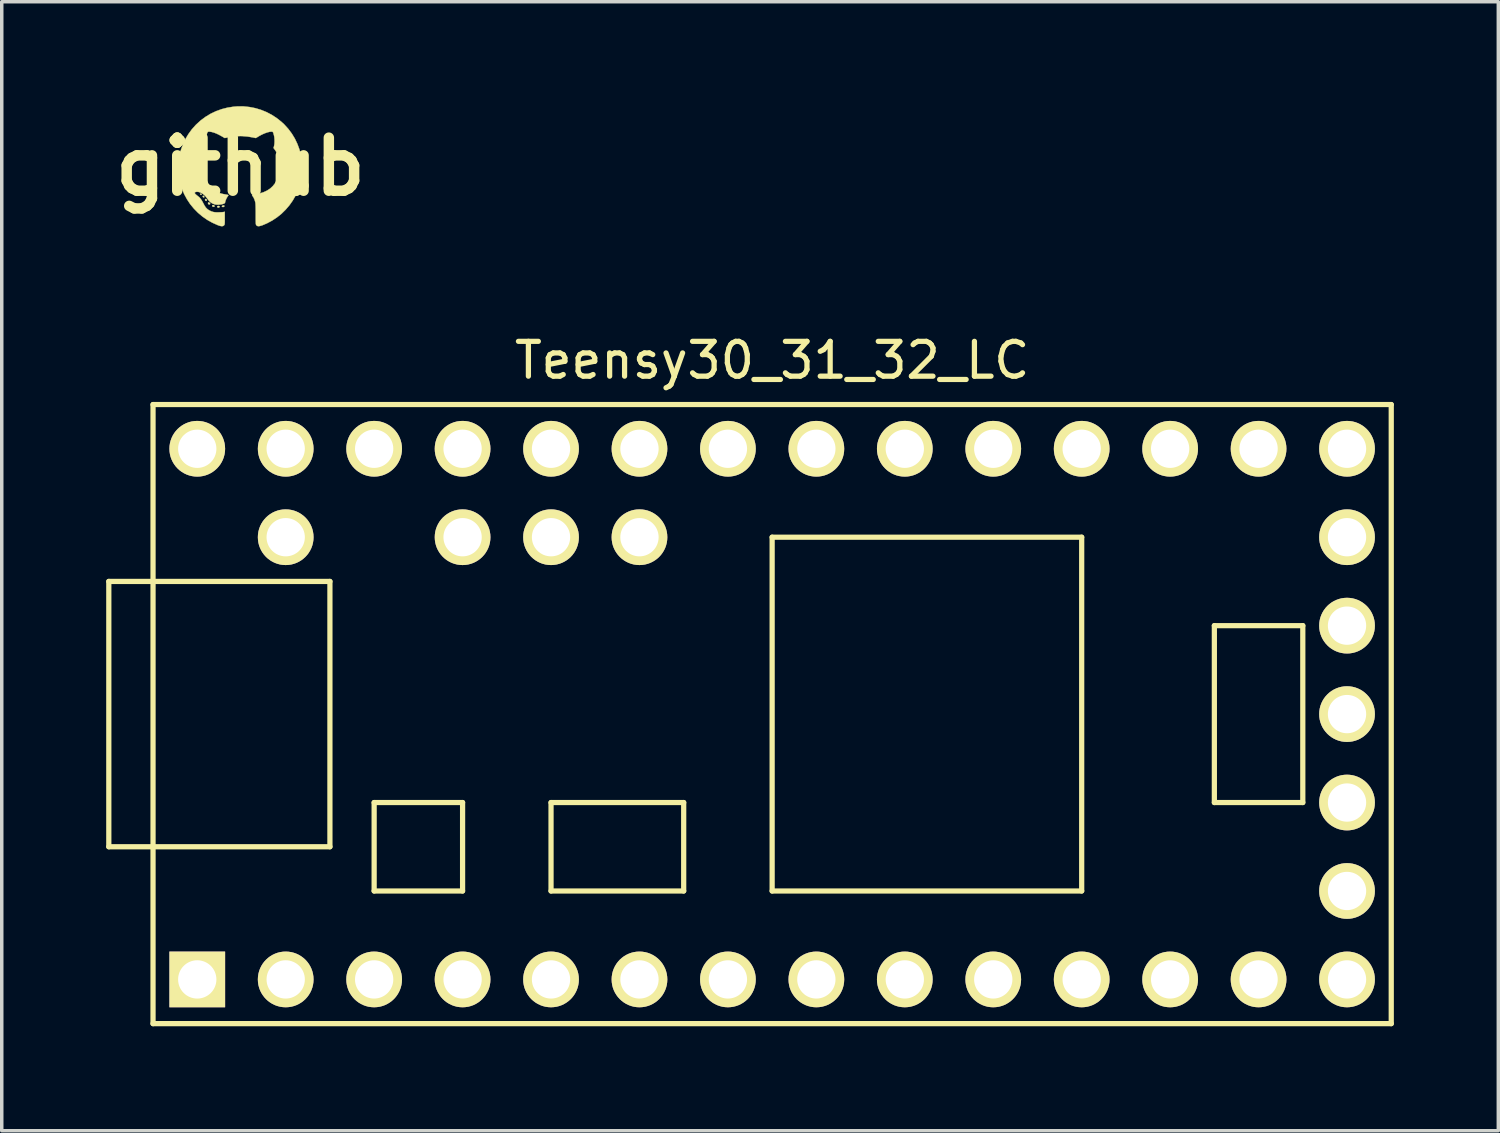
<source format=kicad_pcb>
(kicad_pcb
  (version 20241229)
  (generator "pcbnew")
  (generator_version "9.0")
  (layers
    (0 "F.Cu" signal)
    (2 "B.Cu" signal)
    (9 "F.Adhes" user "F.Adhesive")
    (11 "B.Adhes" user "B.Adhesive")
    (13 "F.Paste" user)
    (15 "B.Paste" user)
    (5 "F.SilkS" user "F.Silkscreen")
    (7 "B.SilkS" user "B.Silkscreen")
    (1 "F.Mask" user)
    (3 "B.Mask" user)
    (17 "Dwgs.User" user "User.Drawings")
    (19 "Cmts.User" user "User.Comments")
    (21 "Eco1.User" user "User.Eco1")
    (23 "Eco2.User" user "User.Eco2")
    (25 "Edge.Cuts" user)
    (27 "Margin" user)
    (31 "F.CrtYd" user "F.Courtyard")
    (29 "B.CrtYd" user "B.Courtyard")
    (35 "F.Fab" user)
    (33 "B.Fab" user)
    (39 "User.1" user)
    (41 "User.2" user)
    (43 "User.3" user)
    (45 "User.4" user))
  (footprint "Teensy30_31_32_LC"
    (layer "F.Cu")
    (at 19.125 17.458)
    (property "Reference" "Teensy30_31_32_LC" (at 0 -10.16 0) (layer "F.SilkS") (effects (font (size 1 1) (thickness 0.15))))
    (attr through_hole)
    (fp_line (start -19.05 -3.81) (end -17.78 -3.81) (stroke (width 0.15) (type solid)) (layer "F.SilkS"))
    (fp_line (start -19.05 3.81) (end -19.05 -3.81) (stroke (width 0.15) (type solid)) (layer "F.SilkS"))
    (fp_line (start -17.78 -8.89) (end 17.78 -8.89) (stroke (width 0.15) (type solid)) (layer "F.SilkS"))
    (fp_line (start -17.78 3.81) (end -19.05 3.81) (stroke (width 0.15) (type solid)) (layer "F.SilkS"))
    (fp_line (start -17.78 8.89) (end -17.78 -8.89) (stroke (width 0.15) (type solid)) (layer "F.SilkS"))
    (fp_line (start -12.7 -3.81) (end -17.78 -3.81) (stroke (width 0.15) (type solid)) (layer "F.SilkS"))
    (fp_line (start -12.7 3.81) (end -17.78 3.81) (stroke (width 0.15) (type solid)) (layer "F.SilkS"))
    (fp_line (start -12.7 3.81) (end -12.7 -3.81) (stroke (width 0.15) (type solid)) (layer "F.SilkS"))
    (fp_line (start -11.43 2.54) (end -11.43 5.08) (stroke (width 0.15) (type solid)) (layer "F.SilkS"))
    (fp_line (start -11.43 5.08) (end -8.89 5.08) (stroke (width 0.15) (type solid)) (layer "F.SilkS"))
    (fp_line (start -8.89 2.54) (end -11.43 2.54) (stroke (width 0.15) (type solid)) (layer "F.SilkS"))
    (fp_line (start -8.89 5.08) (end -8.89 2.54) (stroke (width 0.15) (type solid)) (layer "F.SilkS"))
    (fp_line (start -6.35 2.54) (end -6.35 5.08) (stroke (width 0.15) (type solid)) (layer "F.SilkS"))
    (fp_line (start -6.35 5.08) (end -2.54 5.08) (stroke (width 0.15) (type solid)) (layer "F.SilkS"))
    (fp_line (start -2.54 2.54) (end -6.35 2.54) (stroke (width 0.15) (type solid)) (layer "F.SilkS"))
    (fp_line (start -2.54 5.08) (end -2.54 2.54) (stroke (width 0.15) (type solid)) (layer "F.SilkS"))
    (fp_line (start 0 -5.08) (end 0 5.08) (stroke (width 0.15) (type solid)) (layer "F.SilkS"))
    (fp_line (start 8.89 -5.08) (end 0 -5.08) (stroke (width 0.15) (type solid)) (layer "F.SilkS"))
    (fp_line (start 8.89 5.08) (end 0 5.08) (stroke (width 0.15) (type solid)) (layer "F.SilkS"))
    (fp_line (start 8.89 5.08) (end 8.89 -5.08) (stroke (width 0.15) (type solid)) (layer "F.SilkS"))
    (fp_line (start 12.7 -2.54) (end 15.24 -2.54) (stroke (width 0.15) (type solid)) (layer "F.SilkS"))
    (fp_line (start 12.7 2.54) (end 12.7 -2.54) (stroke (width 0.15) (type solid)) (layer "F.SilkS"))
    (fp_line (start 15.24 -2.54) (end 15.24 2.54) (stroke (width 0.15) (type solid)) (layer "F.SilkS"))
    (fp_line (start 15.24 2.54) (end 12.7 2.54) (stroke (width 0.15) (type solid)) (layer "F.SilkS"))
    (fp_line (start 17.78 -8.89) (end 17.78 8.89) (stroke (width 0.15) (type solid)) (layer "F.SilkS"))
    (fp_line (start 17.78 8.89) (end -17.78 8.89) (stroke (width 0.15) (type solid)) (layer "F.SilkS"))
    (pad "1" thru_hole rect (at -16.51 7.62) (size 1.6 1.6) (drill 1.1) (layers "*.Cu" "*.Mask" "F.SilkS"))
    (pad "2" thru_hole circle (at -13.97 7.62) (size 1.6 1.6) (drill 1.1) (layers "*.Cu" "*.Mask" "F.SilkS"))
    (pad "3" thru_hole circle (at -11.43 7.62) (size 1.6 1.6) (drill 1.1) (layers "*.Cu" "*.Mask" "F.SilkS"))
    (pad "4" thru_hole circle (at -8.89 7.62) (size 1.6 1.6) (drill 1.1) (layers "*.Cu" "*.Mask" "F.SilkS"))
    (pad "5" thru_hole circle (at -6.35 7.62) (size 1.6 1.6) (drill 1.1) (layers "*.Cu" "*.Mask" "F.SilkS"))
    (pad "6" thru_hole circle (at -3.81 7.62) (size 1.6 1.6) (drill 1.1) (layers "*.Cu" "*.Mask" "F.SilkS"))
    (pad "7" thru_hole circle (at -1.27 7.62) (size 1.6 1.6) (drill 1.1) (layers "*.Cu" "*.Mask" "F.SilkS"))
    (pad "8" thru_hole circle (at 1.27 7.62) (size 1.6 1.6) (drill 1.1) (layers "*.Cu" "*.Mask" "F.SilkS"))
    (pad "9" thru_hole circle (at 3.81 7.62) (size 1.6 1.6) (drill 1.1) (layers "*.Cu" "*.Mask" "F.SilkS"))
    (pad "10" thru_hole circle (at 6.35 7.62) (size 1.6 1.6) (drill 1.1) (layers "*.Cu" "*.Mask" "F.SilkS"))
    (pad "11" thru_hole circle (at 8.89 7.62) (size 1.6 1.6) (drill 1.1) (layers "*.Cu" "*.Mask" "F.SilkS"))
    (pad "12" thru_hole circle (at 11.43 7.62) (size 1.6 1.6) (drill 1.1) (layers "*.Cu" "*.Mask" "F.SilkS"))
    (pad "13" thru_hole circle (at 13.97 7.62) (size 1.6 1.6) (drill 1.1) (layers "*.Cu" "*.Mask" "F.SilkS"))
    (pad "14" thru_hole circle (at 16.51 7.62) (size 1.6 1.6) (drill 1.1) (layers "*.Cu" "*.Mask" "F.SilkS"))
    (pad "15" thru_hole circle (at 16.51 5.08) (size 1.6 1.6) (drill 1.1) (layers "*.Cu" "*.Mask" "F.SilkS"))
    (pad "16" thru_hole circle (at 16.51 2.54) (size 1.6 1.6) (drill 1.1) (layers "*.Cu" "*.Mask" "F.SilkS"))
    (pad "17" thru_hole circle (at 16.51 0) (size 1.6 1.6) (drill 1.1) (layers "*.Cu" "*.Mask" "F.SilkS"))
    (pad "18" thru_hole circle (at 16.51 -2.54) (size 1.6 1.6) (drill 1.1) (layers "*.Cu" "*.Mask" "F.SilkS"))
    (pad "19" thru_hole circle (at 16.51 -5.08) (size 1.6 1.6) (drill 1.1) (layers "*.Cu" "*.Mask" "F.SilkS"))
    (pad "20" thru_hole circle (at 16.51 -7.62) (size 1.6 1.6) (drill 1.1) (layers "*.Cu" "*.Mask" "F.SilkS"))
    (pad "21" thru_hole circle (at 13.97 -7.62) (size 1.6 1.6) (drill 1.1) (layers "*.Cu" "*.Mask" "F.SilkS"))
    (pad "22" thru_hole circle (at 11.43 -7.62) (size 1.6 1.6) (drill 1.1) (layers "*.Cu" "*.Mask" "F.SilkS"))
    (pad "23" thru_hole circle (at 8.89 -7.62) (size 1.6 1.6) (drill 1.1) (layers "*.Cu" "*.Mask" "F.SilkS"))
    (pad "24" thru_hole circle (at 6.35 -7.62) (size 1.6 1.6) (drill 1.1) (layers "*.Cu" "*.Mask" "F.SilkS"))
    (pad "25" thru_hole circle (at 3.81 -7.62) (size 1.6 1.6) (drill 1.1) (layers "*.Cu" "*.Mask" "F.SilkS"))
    (pad "26" thru_hole circle (at 1.27 -7.62) (size 1.6 1.6) (drill 1.1) (layers "*.Cu" "*.Mask" "F.SilkS"))
    (pad "27" thru_hole circle (at -1.27 -7.62) (size 1.6 1.6) (drill 1.1) (layers "*.Cu" "*.Mask" "F.SilkS"))
    (pad "28" thru_hole circle (at -3.81 -7.62) (size 1.6 1.6) (drill 1.1) (layers "*.Cu" "*.Mask" "F.SilkS"))
    (pad "29" thru_hole circle (at -6.35 -7.62) (size 1.6 1.6) (drill 1.1) (layers "*.Cu" "*.Mask" "F.SilkS"))
    (pad "30" thru_hole circle (at -8.89 -7.62) (size 1.6 1.6) (drill 1.1) (layers "*.Cu" "*.Mask" "F.SilkS"))
    (pad "31" thru_hole circle (at -11.43 -7.62) (size 1.6 1.6) (drill 1.1) (layers "*.Cu" "*.Mask" "F.SilkS"))
    (pad "32" thru_hole circle (at -13.97 -7.62) (size 1.6 1.6) (drill 1.1) (layers "*.Cu" "*.Mask" "F.SilkS"))
    (pad "33" thru_hole circle (at -16.51 -7.62) (size 1.6 1.6) (drill 1.1) (layers "*.Cu" "*.Mask" "F.SilkS"))
    (pad "34" thru_hole circle (at -13.97 -5.08) (size 1.6 1.6) (drill 1.1) (layers "*.Cu" "*.Mask" "F.SilkS"))
    (pad "35" thru_hole circle (at -8.89 -5.08) (size 1.6 1.6) (drill 1.1) (layers "*.Cu" "*.Mask" "F.SilkS"))
    (pad "36" thru_hole circle (at -6.35 -5.08) (size 1.6 1.6) (drill 1.1) (layers "*.Cu" "*.Mask" "F.SilkS"))
    (pad "37" thru_hole circle (at -3.81 -5.08) (size 1.6 1.6) (drill 1.1) (layers "*.Cu" "*.Mask" "F.SilkS")))
  (footprint "github"
    (layer "F.Cu")
    (at 3.854 1.738)
    (property "Reference" "github" (at 0 0 0) (layer "F.SilkS") (effects (font (size 1.524 1.524) (thickness 0.3))))
    (attr through_hole)
    (fp_poly (pts (xy -1.056 0.838) (xy -1.05 0.842) (xy -1.036 0.86) (xy -1.035 0.874) (xy -1.049 0.88) (xy -1.054 0.881) (xy -1.073 0.874) (xy -1.08 0.863) (xy -1.081 0.843) (xy -1.072 0.834) (xy -1.056 0.838)) (stroke (width 0.01) (type solid)) (fill yes) (layer "F.SilkS"))
    (fp_poly (pts (xy -1.122 0.779) (xy -1.111 0.794) (xy -1.111 0.794) (xy -1.115 0.801) (xy -1.128 0.804) (xy -1.144 0.802) (xy -1.156 0.796) (xy -1.156 0.795) (xy -1.156 0.782) (xy -1.152 0.776) (xy -1.138 0.772) (xy -1.122 0.779)) (stroke (width 0.01) (type solid)) (fill yes) (layer "F.SilkS"))
    (fp_poly (pts (xy -0.978 0.931) (xy -0.967 0.947) (xy -0.965 0.965) (xy -0.971 0.978) (xy -0.98 0.982) (xy -0.999 0.977) (xy -1.006 0.972) (xy -1.015 0.955) (xy -1.014 0.938) (xy -1.004 0.927) (xy -0.989 0.925) (xy -0.978 0.931)) (stroke (width 0.01) (type solid)) (fill yes) (layer "F.SilkS"))
    (fp_poly (pts (xy -0.609 1.131) (xy -0.596 1.142) (xy -0.597 1.156) (xy -0.607 1.166) (xy -0.631 1.176) (xy -0.652 1.171) (xy -0.66 1.164) (xy -0.668 1.147) (xy -0.66 1.133) (xy -0.64 1.126) (xy -0.632 1.126) (xy -0.609 1.131)) (stroke (width 0.01) (type solid)) (fill yes) (layer "F.SilkS"))
    (fp_poly (pts (xy -0.47 1.113) (xy -0.459 1.124) (xy -0.46 1.138) (xy -0.47 1.148) (xy -0.496 1.159) (xy -0.522 1.153) (xy -0.525 1.152) (xy -0.533 1.14) (xy -0.527 1.127) (xy -0.511 1.116) (xy -0.492 1.111) (xy -0.47 1.113)) (stroke (width 0.01) (type solid)) (fill yes) (layer "F.SilkS"))
    (fp_poly (pts (xy -0.762 1.106) (xy -0.746 1.119) (xy -0.741 1.135) (xy -0.742 1.139) (xy -0.754 1.148) (xy -0.773 1.151) (xy -0.793 1.147) (xy -0.804 1.139) (xy -0.811 1.121) (xy -0.804 1.107) (xy -0.784 1.101) (xy -0.784 1.101) (xy -0.762 1.106)) (stroke (width 0.01) (type solid)) (fill yes) (layer "F.SilkS"))
    (fp_poly (pts (xy -0.891 1.031) (xy -0.875 1.046) (xy -0.868 1.064) (xy -0.869 1.072) (xy -0.881 1.081) (xy -0.899 1.083) (xy -0.917 1.077) (xy -0.921 1.074) (xy -0.929 1.057) (xy -0.931 1.044) (xy -0.927 1.029) (xy -0.912 1.024) (xy -0.911 1.024) (xy -0.891 1.031)) (stroke (width 0.01) (type solid)) (fill yes) (layer "F.SilkS"))
    (fp_poly (pts (xy 0.095 -1.732) (xy 0.264 -1.714) (xy 0.431 -1.681) (xy 0.593 -1.632) (xy 0.751 -1.568) (xy 0.901 -1.489) (xy 1.044 -1.396) (xy 1.177 -1.29) (xy 1.262 -1.211) (xy 1.376 -1.085) (xy 1.477 -0.95) (xy 1.564 -0.806) (xy 1.636 -0.655) (xy 1.694 -0.499) (xy 1.737 -0.337) (xy 1.765 -0.172) (xy 1.777 -0.005) (xy 1.772 0.163) (xy 1.751 0.332) (xy 1.748 0.351) (xy 1.709 0.515) (xy 1.655 0.674) (xy 1.586 0.826) (xy 1.503 0.971) (xy 1.407 1.107) (xy 1.299 1.233) (xy 1.18 1.35) (xy 1.05 1.454) (xy 0.911 1.546) (xy 0.763 1.625) (xy 0.631 1.681) (xy 0.577 1.698) (xy 0.536 1.707) (xy 0.503 1.707) (xy 0.478 1.697) (xy 0.459 1.681) (xy 0.454 1.674) (xy 0.45 1.668) (xy 0.447 1.658) (xy 0.444 1.645) (xy 0.443 1.625) (xy 0.442 1.598) (xy 0.441 1.561) (xy 0.44 1.512) (xy 0.44 1.451) (xy 0.44 1.374) (xy 0.44 1.372) (xy 0.44 1.284) (xy 0.439 1.211) (xy 0.438 1.151) (xy 0.436 1.103) (xy 0.434 1.066) (xy 0.431 1.037) (xy 0.428 1.022) (xy 0.408 0.95) (xy 0.377 0.882) (xy 0.349 0.84) (xy 0.339 0.827) (xy 0.335 0.818) (xy 0.339 0.811) (xy 0.353 0.807) (xy 0.38 0.802) (xy 0.419 0.796) (xy 0.547 0.77) (xy 0.661 0.734) (xy 0.763 0.687) (xy 0.852 0.629) (xy 0.928 0.56) (xy 0.992 0.48) (xy 1.044 0.387) (xy 1.084 0.283) (xy 1.113 0.167) (xy 1.127 0.065) (xy 1.132 -0.055) (xy 1.124 -0.166) (xy 1.101 -0.27) (xy 1.064 -0.367) (xy 1.011 -0.457) (xy 0.993 -0.483) (xy 0.952 -0.538) (xy 0.967 -0.593) (xy 0.977 -0.649) (xy 0.981 -0.716) (xy 0.98 -0.785) (xy 0.974 -0.852) (xy 0.966 -0.894) (xy 0.954 -0.939) (xy 0.945 -0.971) (xy 0.935 -0.991) (xy 0.924 -1.002) (xy 0.91 -1.006) (xy 0.891 -1.008) (xy 0.889 -1.008) (xy 0.836 -1.002) (xy 0.772 -0.986) (xy 0.701 -0.961) (xy 0.626 -0.928) (xy 0.549 -0.888) (xy 0.53 -0.876) (xy 0.442 -0.824) (xy 0.35 -0.843) (xy 0.199 -0.868) (xy 0.05 -0.88) (xy -0.004 -0.881) (xy -0.154 -0.874) (xy -0.303 -0.854) (xy -0.358 -0.843) (xy -0.45 -0.824) (xy -0.538 -0.876) (xy -0.615 -0.918) (xy -0.69 -0.954) (xy -0.763 -0.981) (xy -0.828 -0.999) (xy -0.885 -1.007) (xy -0.898 -1.008) (xy -0.918 -1.007) (xy -0.932 -1.002) (xy -0.943 -0.991) (xy -0.953 -0.972) (xy -0.962 -0.941) (xy -0.973 -0.897) (xy -0.974 -0.894) (xy -0.985 -0.833) (xy -0.99 -0.764) (xy -0.989 -0.695) (xy -0.983 -0.631) (xy -0.975 -0.593) (xy -0.961 -0.538) (xy -0.996 -0.49) (xy -1.057 -0.397) (xy -1.102 -0.296) (xy -1.114 -0.258) (xy -1.123 -0.227) (xy -1.13 -0.199) (xy -1.134 -0.171) (xy -1.136 -0.139) (xy -1.137 -0.097) (xy -1.137 -0.051) (xy -1.134 0.065) (xy -1.122 0.169) (xy -1.102 0.263) (xy -1.072 0.349) (xy -1.048 0.402) (xy -0.993 0.492) (xy -0.927 0.571) (xy -0.847 0.639) (xy -0.755 0.696) (xy -0.65 0.742) (xy -0.533 0.776) (xy -0.455 0.792) (xy -0.408 0.8) (xy -0.375 0.806) (xy -0.355 0.811) (xy -0.346 0.816) (xy -0.346 0.824) (xy -0.353 0.835) (xy -0.365 0.851) (xy -0.369 0.856) (xy -0.387 0.886) (xy -0.406 0.923) (xy -0.423 0.963) (xy -0.435 0.999) (xy -0.44 1.027) (xy -0.44 1.03) (xy -0.448 1.045) (xy -0.47 1.059) (xy -0.503 1.071) (xy -0.544 1.08) (xy -0.589 1.087) (xy -0.636 1.09) (xy -0.682 1.089) (xy -0.724 1.084) (xy -0.741 1.08) (xy -0.805 1.055) (xy -0.862 1.018) (xy -0.913 0.968) (xy -0.959 0.905) (xy -0.999 0.852) (xy -1.045 0.806) (xy -1.096 0.769) (xy -1.148 0.741) (xy -1.2 0.724) (xy -1.249 0.719) (xy -1.289 0.727) (xy -1.307 0.738) (xy -1.312 0.752) (xy -1.305 0.77) (xy -1.284 0.793) (xy -1.249 0.823) (xy -1.222 0.844) (xy -1.179 0.88) (xy -1.141 0.923) (xy -1.105 0.976) (xy -1.07 1.041) (xy -1.062 1.057) (xy -1.028 1.12) (xy -0.995 1.169) (xy -0.959 1.207) (xy -0.918 1.239) (xy -0.883 1.259) (xy -0.833 1.283) (xy -0.782 1.299) (xy -0.726 1.308) (xy -0.661 1.311) (xy -0.605 1.309) (xy -0.562 1.307) (xy -0.522 1.305) (xy -0.491 1.302) (xy -0.473 1.299) (xy -0.472 1.299) (xy -0.449 1.293) (xy -0.449 1.476) (xy -0.449 1.536) (xy -0.449 1.582) (xy -0.45 1.615) (xy -0.452 1.639) (xy -0.454 1.655) (xy -0.458 1.666) (xy -0.463 1.674) (xy -0.468 1.681) (xy -0.49 1.699) (xy -0.517 1.707) (xy -0.552 1.706) (xy -0.597 1.696) (xy -0.648 1.678) (xy -0.805 1.608) (xy -0.953 1.525) (xy -1.091 1.429) (xy -1.219 1.321) (xy -1.336 1.202) (xy -1.442 1.073) (xy -1.534 0.934) (xy -1.614 0.787) (xy -1.679 0.633) (xy -1.729 0.472) (xy -1.756 0.351) (xy -1.779 0.183) (xy -1.785 0.014) (xy -1.775 -0.153) (xy -1.75 -0.318) (xy -1.709 -0.48) (xy -1.652 -0.637) (xy -1.582 -0.789) (xy -1.496 -0.933) (xy -1.397 -1.07) (xy -1.284 -1.197) (xy -1.266 -1.215) (xy -1.138 -1.331) (xy -0.999 -1.434) (xy -0.853 -1.522) (xy -0.699 -1.595) (xy -0.538 -1.653) (xy -0.371 -1.696) (xy -0.2 -1.723) (xy -0.077 -1.733) (xy 0.095 -1.732)) (stroke (width 0.01) (type solid)) (fill yes) (layer "F.SilkS")))
  (gr_rect
    (start -3 -3)
    (end 39.98 29.423)
    (stroke (width 0.1) (type default))
    (fill no)
    (layer "Edge.Cuts")))
</source>
